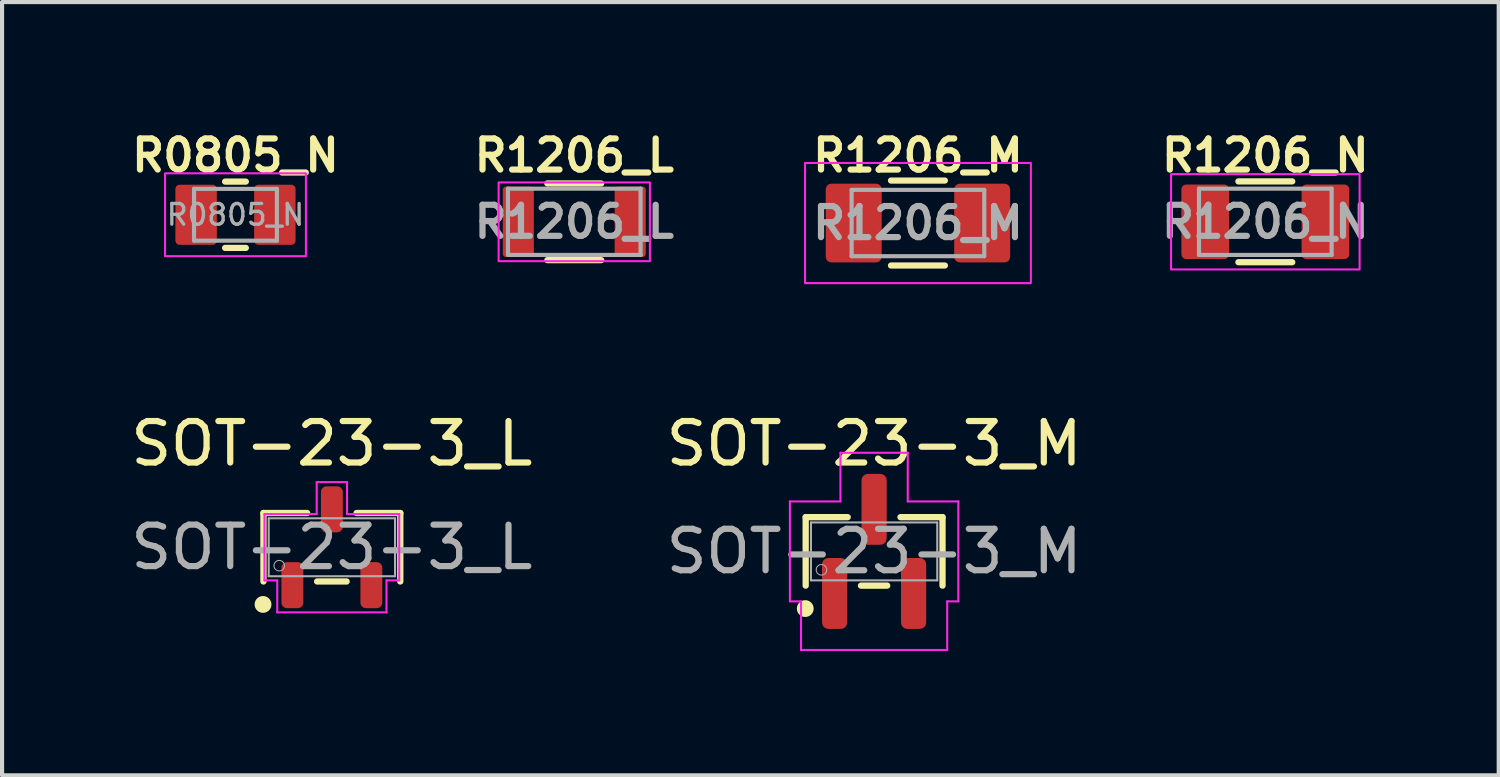
<source format=kicad_pcb>
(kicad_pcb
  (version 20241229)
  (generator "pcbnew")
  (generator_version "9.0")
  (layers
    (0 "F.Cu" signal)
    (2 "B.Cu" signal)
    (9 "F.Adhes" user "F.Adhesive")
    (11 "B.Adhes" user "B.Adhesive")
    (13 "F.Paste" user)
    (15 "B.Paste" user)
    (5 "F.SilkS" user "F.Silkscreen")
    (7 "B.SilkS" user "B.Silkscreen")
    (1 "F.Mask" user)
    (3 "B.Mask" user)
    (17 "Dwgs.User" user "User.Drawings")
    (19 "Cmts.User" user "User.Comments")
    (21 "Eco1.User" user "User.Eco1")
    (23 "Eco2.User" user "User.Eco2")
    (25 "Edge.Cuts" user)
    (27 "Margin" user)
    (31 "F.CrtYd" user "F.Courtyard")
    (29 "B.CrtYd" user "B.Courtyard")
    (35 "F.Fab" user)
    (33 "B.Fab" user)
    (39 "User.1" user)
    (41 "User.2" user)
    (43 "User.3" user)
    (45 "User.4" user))
  (footprint "R1206_N"
    (layer "F.Cu")
    (at 27.482 2.302)
    (property "Reference" "R1206_N" (at 0 -1.6 0) (layer "F.SilkS") (effects (font (size 0.75 0.75) (thickness 0.15))))
    (attr smd)
    (fp_line (start -0.65 -0.975) (end 0.65 -0.975) (stroke (width 0.15) (type solid)) (layer "F.SilkS"))
    (fp_line (start -0.65 0.975) (end 0.65 0.975) (stroke (width 0.15) (type solid)) (layer "F.SilkS"))
    (fp_rect (start -2.275 -1.15) (end 2.275 1.15) (stroke (width 0.05) (type solid)) (fill no) (layer "F.CrtYd"))
    (fp_line (start -1.6 -0.8) (end 1.6 -0.8) (stroke (width 0.1) (type solid)) (layer "F.Fab"))
    (fp_line (start -1.6 0.8) (end -1.6 -0.8) (stroke (width 0.1) (type solid)) (layer "F.Fab"))
    (fp_line (start 1.6 -0.8) (end 1.6 0.8) (stroke (width 0.1) (type solid)) (layer "F.Fab"))
    (fp_line (start 1.6 0.8) (end -1.6 0.8) (stroke (width 0.1) (type solid)) (layer "F.Fab"))
    (fp_text user "${REFERENCE}" (at 0 0 0) (layer "F.Fab") (effects (font (size 0.75 0.75) (thickness 0.15) (bold yes))))
    (pad "1" smd roundrect (at -1.45 0) (size 1.15 1.8) (layers "F.Cu" "F.Mask" "F.Paste") (roundrect_rratio 0.1))
    (pad "2" smd roundrect (at 1.45 0) (size 1.15 1.8) (layers "F.Cu" "F.Mask" "F.Paste") (roundrect_rratio 0.1)))
  (footprint "R1206_M"
    (layer "F.Cu")
    (at 19.1 2.332)
    (property "Reference" "R1206_M" (at 0 -1.63 0) (layer "F.SilkS") (effects (font (size 0.75 0.75) (thickness 0.15))))
    (attr smd)
    (fp_line (start -0.65 -1.025) (end 0.65 -1.025) (stroke (width 0.15) (type solid)) (layer "F.SilkS"))
    (fp_line (start -0.65 1.025) (end 0.65 1.025) (stroke (width 0.15) (type solid)) (layer "F.SilkS"))
    (fp_rect (start -2.725 -1.45) (end 2.725 1.45) (stroke (width 0.05) (type solid)) (fill no) (layer "F.CrtYd"))
    (fp_line (start -1.6 -0.8) (end 1.6 -0.8) (stroke (width 0.1) (type solid)) (layer "F.Fab"))
    (fp_line (start -1.6 0.8) (end -1.6 -0.8) (stroke (width 0.1) (type solid)) (layer "F.Fab"))
    (fp_line (start 1.6 -0.8) (end 1.6 0.8) (stroke (width 0.1) (type solid)) (layer "F.Fab"))
    (fp_line (start 1.6 0.8) (end -1.6 0.8) (stroke (width 0.1) (type solid)) (layer "F.Fab"))
    (fp_text user "${REFERENCE}" (at 0 0 0) (layer "F.Fab") (effects (font (size 0.75 0.75) (thickness 0.15) (bold yes))))
    (pad "1" smd roundrect (at -1.55 0) (size 1.35 1.9) (layers "F.Cu" "F.Mask" "F.Paste") (roundrect_rratio 0.1))
    (pad "2" smd roundrect (at 1.55 0) (size 1.35 1.9) (layers "F.Cu" "F.Mask" "F.Paste") (roundrect_rratio 0.1)))
  (footprint "SOT-23-3_M"
    (layer "F.Cu")
    (at 18.042 10.255)
    (property "Reference" "SOT-23-3_M" (at 0 -2.6 0) (unlocked yes) (layer "F.SilkS") (effects (font (size 1 1) (thickness 0.15))))
    (attr smd)
    (fp_line (start -1.651 -0.826) (end -1.651 0.826) (stroke (width 0.152) (type solid)) (layer "F.SilkS"))
    (fp_line (start -0.637 -0.826) (end -1.651 -0.826) (stroke (width 0.152) (type solid)) (layer "F.SilkS"))
    (fp_line (start -0.316 0.826) (end 0.316 0.826) (stroke (width 0.152) (type solid)) (layer "F.SilkS"))
    (fp_line (start 1.651 -0.826) (end 0.637 -0.826) (stroke (width 0.152) (type solid)) (layer "F.SilkS"))
    (fp_line (start 1.651 0.826) (end 1.651 -0.826) (stroke (width 0.152) (type solid)) (layer "F.SilkS"))
    (fp_circle (center -1.661 1.38) (end -1.534 1.38) (stroke (width 0.152) (type solid)) (fill yes) (layer "F.SilkS"))
    (fp_line (start -2.032 -1.206) (end -0.812 -1.206) (stroke (width 0.05) (type solid)) (layer "F.CrtYd"))
    (fp_line (start -2.032 1.206) (end -2.032 -1.206) (stroke (width 0.05) (type solid)) (layer "F.CrtYd"))
    (fp_line (start -2.032 1.206) (end -1.764 1.206) (stroke (width 0.05) (type solid)) (layer "F.CrtYd"))
    (fp_line (start -1.764 1.206) (end -1.764 2.379) (stroke (width 0.05) (type solid)) (layer "F.CrtYd"))
    (fp_line (start -1.764 2.379) (end 1.764 2.379) (stroke (width 0.05) (type solid)) (layer "F.CrtYd"))
    (fp_line (start -0.812 -2.379) (end 0.812 -2.379) (stroke (width 0.05) (type solid)) (layer "F.CrtYd"))
    (fp_line (start -0.812 -1.206) (end -0.812 -2.379) (stroke (width 0.05) (type solid)) (layer "F.CrtYd"))
    (fp_line (start 0.812 -1.206) (end 0.812 -2.379) (stroke (width 0.05) (type solid)) (layer "F.CrtYd"))
    (fp_line (start 1.764 1.206) (end 1.764 2.379) (stroke (width 0.05) (type solid)) (layer "F.CrtYd"))
    (fp_line (start 2.032 -1.206) (end 0.812 -1.206) (stroke (width 0.05) (type solid)) (layer "F.CrtYd"))
    (fp_line (start 2.032 -1.206) (end 2.032 1.206) (stroke (width 0.05) (type solid)) (layer "F.CrtYd"))
    (fp_line (start 2.032 1.206) (end 1.764 1.206) (stroke (width 0.05) (type solid)) (layer "F.CrtYd"))
    (fp_line (start -1.524 -0.699) (end -1.524 0.699) (stroke (width 0.05) (type solid)) (layer "F.Fab"))
    (fp_line (start -1.524 0.699) (end 1.524 0.699) (stroke (width 0.05) (type solid)) (layer "F.Fab"))
    (fp_line (start -0.699 0.699) (end -1.206 0.699) (stroke (width 0.025) (type solid)) (layer "F.Fab"))
    (fp_line (start -0.254 -0.699) (end 0.254 -0.699) (stroke (width 0.025) (type solid)) (layer "F.Fab"))
    (fp_line (start 1.206 0.699) (end 0.699 0.699) (stroke (width 0.025) (type solid)) (layer "F.Fab"))
    (fp_line (start 1.524 -0.699) (end -1.524 -0.699) (stroke (width 0.05) (type solid)) (layer "F.Fab"))
    (fp_line (start 1.524 0.699) (end 1.524 -0.699) (stroke (width 0.05) (type solid)) (layer "F.Fab"))
    (fp_circle (center -1.27 0.445) (end -1.143 0.445) (stroke (width 0.025) (type solid)) (fill no) (layer "F.Fab"))
    (fp_text user "${REFERENCE}" (at 0 0 0) (unlocked yes) (layer "F.Fab") (effects (font (size 1 1) (thickness 0.15))))
    (pad "1" smd roundrect (at -0.953 1.015) (size 0.608 1.711) (layers "F.Cu" "F.Mask" "F.Paste") (roundrect_rratio 0.25))
    (pad "2" smd roundrect (at 0.953 1.015) (size 0.608 1.711) (layers "F.Cu" "F.Mask" "F.Paste") (roundrect_rratio 0.25))
    (pad "3" smd roundrect (at 0 -1.015) (size 0.608 1.711) (layers "F.Cu" "F.Mask" "F.Paste") (roundrect_rratio 0.25)))
  (footprint "R1206_L"
    (layer "F.Cu")
    (at 10.807 2.302)
    (property "Reference" "R1206_L" (at 0 -1.6 0) (layer "F.SilkS") (effects (font (size 0.75 0.75) (thickness 0.15))))
    (attr smd)
    (fp_line (start -0.65 -0.925) (end 0.65 -0.925) (stroke (width 0.15) (type solid)) (layer "F.SilkS"))
    (fp_line (start -0.65 0.925) (end 0.65 0.925) (stroke (width 0.15) (type solid)) (layer "F.SilkS"))
    (fp_rect (start -1.825 -0.95) (end 1.825 0.95) (stroke (width 0.05) (type solid)) (fill no) (layer "F.CrtYd"))
    (fp_line (start -1.6 -0.8) (end 1.6 -0.8) (stroke (width 0.1) (type solid)) (layer "F.Fab"))
    (fp_line (start -1.6 0.8) (end -1.6 -0.8) (stroke (width 0.1) (type solid)) (layer "F.Fab"))
    (fp_line (start 1.6 -0.8) (end 1.6 0.8) (stroke (width 0.1) (type solid)) (layer "F.Fab"))
    (fp_line (start 1.6 0.8) (end -1.6 0.8) (stroke (width 0.1) (type solid)) (layer "F.Fab"))
    (fp_text user "${REFERENCE}" (at 0 0 0) (layer "F.Fab") (effects (font (size 0.75 0.75) (thickness 0.15) (bold yes))))
    (pad "1" smd roundrect (at -1.35 0) (size 0.75 1.7) (layers "F.Cu" "F.Mask" "F.Paste") (roundrect_rratio 0.1))
    (pad "2" smd roundrect (at 1.35 0) (size 0.75 1.7) (layers "F.Cu" "F.Mask" "F.Paste") (roundrect_rratio 0.1)))
  (footprint "R0805_N"
    (layer "F.Cu")
    (at 2.632 2.132)
    (property "Reference" "R0805_N" (at 0 -1.43 0) (layer "F.SilkS") (effects (font (size 0.75 0.75) (thickness 0.15))))
    (attr smd)
    (fp_line (start -0.25 -0.8) (end 0.25 -0.8) (stroke (width 0.15) (type solid)) (layer "F.SilkS"))
    (fp_line (start -0.25 0.8) (end 0.25 0.8) (stroke (width 0.15) (type solid)) (layer "F.SilkS"))
    (fp_rect (start -1.7 -1) (end 1.7 1) (stroke (width 0.05) (type default)) (fill no) (layer "F.CrtYd"))
    (fp_line (start -1 -0.625) (end 1 -0.625) (stroke (width 0.1) (type solid)) (layer "F.Fab"))
    (fp_line (start -1 0.625) (end -1 -0.625) (stroke (width 0.1) (type solid)) (layer "F.Fab"))
    (fp_line (start 1 -0.625) (end 1 0.625) (stroke (width 0.1) (type solid)) (layer "F.Fab"))
    (fp_line (start 1 0.625) (end -1 0.625) (stroke (width 0.1) (type solid)) (layer "F.Fab"))
    (fp_text user "${REFERENCE}" (at 0 0 0) (layer "F.Fab") (effects (font (size 0.5 0.5) (thickness 0.08))))
    (pad "1" smd roundrect (at -0.95 0) (size 1 1.45) (layers "F.Cu" "F.Mask" "F.Paste") (roundrect_rratio 0.1))
    (pad "2" smd roundrect (at 0.95 0) (size 1 1.45) (layers "F.Cu" "F.Mask" "F.Paste") (roundrect_rratio 0.1)))
  (footprint "SOT-23-3_L"
    (layer "F.Cu")
    (at 4.958 10.155)
    (property "Reference" "SOT-23-3_L" (at 0 -2.5 0) (unlocked yes) (layer "F.SilkS") (effects (font (size 1 1) (thickness 0.15))))
    (attr smd)
    (fp_line (start -1.651 -0.826) (end -1.651 0.826) (stroke (width 0.152) (type solid)) (layer "F.SilkS"))
    (fp_line (start -0.597 -0.826) (end -1.651 -0.826) (stroke (width 0.152) (type solid)) (layer "F.SilkS"))
    (fp_line (start -0.356 0.826) (end 0.356 0.826) (stroke (width 0.152) (type solid)) (layer "F.SilkS"))
    (fp_line (start 1.651 -0.826) (end 0.597 -0.826) (stroke (width 0.152) (type solid)) (layer "F.SilkS"))
    (fp_line (start 1.651 0.826) (end 1.651 -0.826) (stroke (width 0.152) (type solid)) (layer "F.SilkS"))
    (fp_circle (center -1.661 1.38) (end -1.534 1.38) (stroke (width 0.152) (type solid)) (fill yes) (layer "F.SilkS"))
    (fp_line (start -1.626 -0.8) (end -0.366 -0.8) (stroke (width 0.05) (type solid)) (layer "F.CrtYd"))
    (fp_line (start -1.626 0.8) (end -1.626 -0.8) (stroke (width 0.05) (type solid)) (layer "F.CrtYd"))
    (fp_line (start -1.626 0.8) (end -1.318 0.8) (stroke (width 0.05) (type solid)) (layer "F.CrtYd"))
    (fp_line (start -1.318 0.8) (end -1.318 1.572) (stroke (width 0.05) (type solid)) (layer "F.CrtYd"))
    (fp_line (start -1.318 1.572) (end 1.318 1.572) (stroke (width 0.05) (type solid)) (layer "F.CrtYd"))
    (fp_line (start -0.366 -1.572) (end 0.366 -1.572) (stroke (width 0.05) (type solid)) (layer "F.CrtYd"))
    (fp_line (start -0.366 -0.8) (end -0.366 -1.572) (stroke (width 0.05) (type solid)) (layer "F.CrtYd"))
    (fp_line (start 0.366 -0.8) (end 0.366 -1.572) (stroke (width 0.05) (type solid)) (layer "F.CrtYd"))
    (fp_line (start 1.318 0.8) (end 1.318 1.572) (stroke (width 0.05) (type solid)) (layer "F.CrtYd"))
    (fp_line (start 1.626 -0.8) (end 0.366 -0.8) (stroke (width 0.05) (type solid)) (layer "F.CrtYd"))
    (fp_line (start 1.626 -0.8) (end 1.626 0.8) (stroke (width 0.05) (type solid)) (layer "F.CrtYd"))
    (fp_line (start 1.626 0.8) (end 1.318 0.8) (stroke (width 0.05) (type solid)) (layer "F.CrtYd"))
    (fp_line (start -1.524 -0.699) (end -1.524 0.699) (stroke (width 0.05) (type solid)) (layer "F.Fab"))
    (fp_line (start -1.524 0.699) (end 1.524 0.699) (stroke (width 0.05) (type solid)) (layer "F.Fab"))
    (fp_line (start -0.699 0.699) (end -1.206 0.699) (stroke (width 0.025) (type solid)) (layer "F.Fab"))
    (fp_line (start -0.254 -0.699) (end 0.254 -0.699) (stroke (width 0.025) (type solid)) (layer "F.Fab"))
    (fp_line (start 1.206 0.699) (end 0.699 0.699) (stroke (width 0.025) (type solid)) (layer "F.Fab"))
    (fp_line (start 1.524 -0.699) (end -1.524 -0.699) (stroke (width 0.05) (type solid)) (layer "F.Fab"))
    (fp_line (start 1.524 0.699) (end 1.524 -0.699) (stroke (width 0.05) (type solid)) (layer "F.Fab"))
    (fp_circle (center -1.27 0.445) (end -1.143 0.445) (stroke (width 0.025) (type solid)) (fill no) (layer "F.Fab"))
    (fp_text user "${REFERENCE}" (at 0 0 0) (unlocked yes) (layer "F.Fab") (effects (font (size 1 1) (thickness 0.15))))
    (pad "1" smd roundrect (at -0.953 0.915) (size 0.528 1.111) (layers "F.Cu" "F.Mask" "F.Paste") (roundrect_rratio 0.25))
    (pad "2" smd roundrect (at 0.953 0.915) (size 0.528 1.111) (layers "F.Cu" "F.Mask" "F.Paste") (roundrect_rratio 0.25))
    (pad "3" smd roundrect (at 0 -0.915) (size 0.528 1.111) (layers "F.Cu" "F.Mask" "F.Paste") (roundrect_rratio 0.25)))
  (gr_rect
    (start -3 -3)
    (end 33.114 15.659)
    (stroke (width 0.1) (type default))
    (fill no)
    (layer "Edge.Cuts")))
</source>
